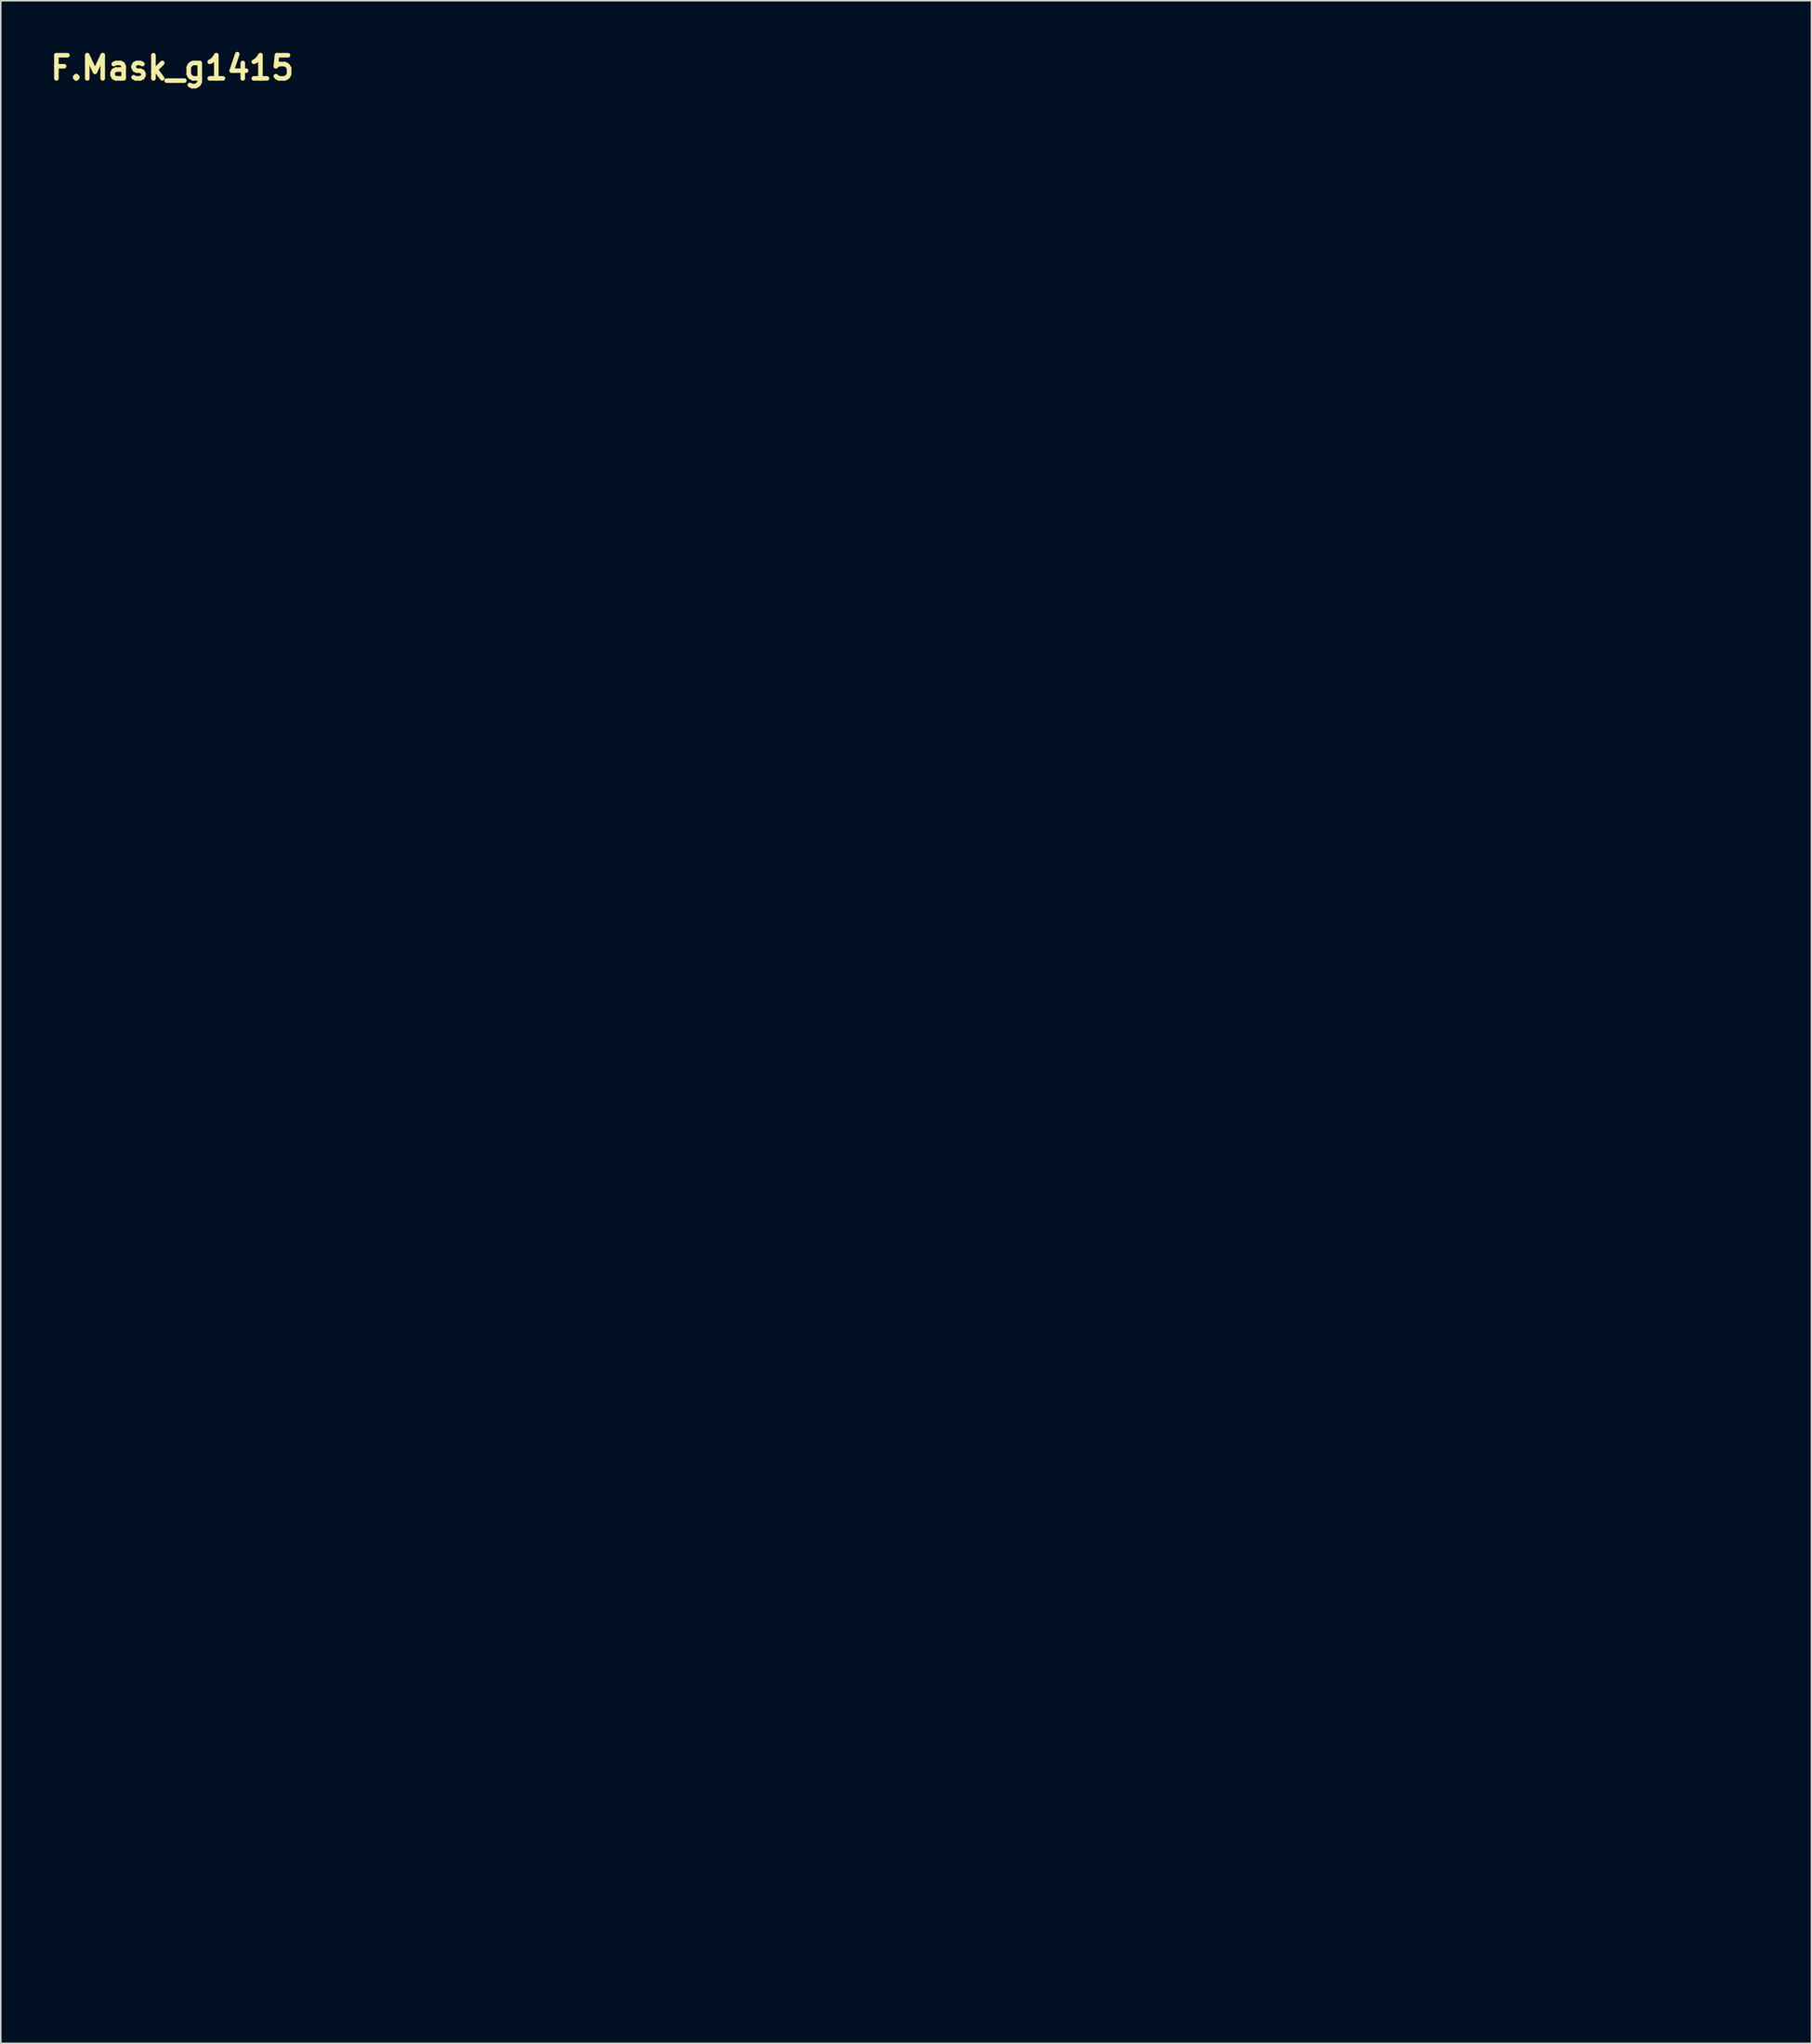
<source format=kicad_pcb>
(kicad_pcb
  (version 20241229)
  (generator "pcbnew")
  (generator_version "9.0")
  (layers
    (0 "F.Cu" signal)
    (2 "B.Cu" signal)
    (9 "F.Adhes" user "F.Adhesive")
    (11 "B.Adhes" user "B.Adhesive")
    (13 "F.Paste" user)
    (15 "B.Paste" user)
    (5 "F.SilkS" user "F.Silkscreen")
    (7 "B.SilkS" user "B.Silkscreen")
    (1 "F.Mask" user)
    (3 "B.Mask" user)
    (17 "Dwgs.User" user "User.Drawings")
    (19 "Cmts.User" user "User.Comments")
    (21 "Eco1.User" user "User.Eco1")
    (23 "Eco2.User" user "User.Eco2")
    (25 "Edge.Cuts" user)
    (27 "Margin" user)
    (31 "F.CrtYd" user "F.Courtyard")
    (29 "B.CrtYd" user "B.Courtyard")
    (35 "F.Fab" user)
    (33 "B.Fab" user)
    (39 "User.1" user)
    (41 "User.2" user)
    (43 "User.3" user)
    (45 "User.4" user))
  (footprint "F.Mask_g1415"
    (layer "F.Cu")
    (at 8.28 1.418)
    (property "Reference" "F.Mask_g1415" (at 0 0 0) (layer "F.SilkS") (effects (font (size 1.524 1.524) (thickness 0.3))))
    (attr through_hole)
    (fp_poly (pts (xy 91.6 64.788) (xy 91.956 64.9) (xy 92.302 65.073) (xy 92.43 65.154) (xy 92.691 65.36) (xy 92.952 65.622) (xy 93.208 65.932) (xy 93.452 66.282) (xy 93.681 66.665) (xy 93.889 67.073) (xy 94.071 67.499) (xy 94.14 67.684) (xy 94.177 67.793) (xy 94.204 67.891) (xy 94.22 67.986) (xy 94.226 68.087) (xy 94.221 68.203) (xy 94.204 68.345) (xy 94.175 68.52) (xy 94.133 68.739) (xy 94.079 69.011) (xy 94.077 69.019) (xy 93.916 69.735) (xy 93.715 70.493) (xy 93.477 71.286) (xy 93.205 72.107) (xy 92.901 72.95) (xy 92.566 73.808) (xy 92.204 74.674) (xy 92.092 74.93) (xy 92.022 75.085) (xy 91.935 75.274) (xy 91.835 75.488) (xy 91.726 75.719) (xy 91.611 75.961) (xy 91.493 76.205) (xy 91.377 76.444) (xy 91.266 76.671) (xy 91.164 76.877) (xy 91.075 77.056) (xy 91.002 77.198) (xy 90.949 77.298) (xy 90.921 77.345) (xy 90.896 77.377) (xy 90.873 77.383) (xy 90.842 77.357) (xy 90.794 77.29) (xy 90.733 77.196) (xy 90.387 76.624) (xy 90.044 75.995) (xy 89.706 75.315) (xy 89.376 74.592) (xy 89.057 73.832) (xy 88.751 73.041) (xy 88.461 72.226) (xy 88.19 71.394) (xy 87.94 70.55) (xy 87.714 69.703) (xy 87.661 69.487) (xy 87.602 69.243) (xy 87.56 69.049) (xy 87.533 68.89) (xy 87.523 68.756) (xy 87.529 68.633) (xy 87.551 68.509) (xy 87.589 68.372) (xy 87.643 68.208) (xy 87.663 68.151) (xy 87.812 67.76) (xy 87.99 67.36) (xy 88.189 66.967) (xy 88.401 66.594) (xy 88.618 66.257) (xy 88.816 65.991) (xy 89.127 65.643) (xy 89.455 65.351) (xy 89.797 65.114) (xy 90.15 64.933) (xy 90.51 64.81) (xy 90.874 64.744) (xy 91.238 64.736) (xy 91.6 64.788)) (stroke (width 0.01) (type solid)) (fill yes) (layer "F.Mask"))
    (fp_poly (pts (xy 100.495 65.07) (xy 100.878 65.132) (xy 101.246 65.247) (xy 101.59 65.416) (xy 101.655 65.456) (xy 101.979 65.699) (xy 102.259 65.983) (xy 102.492 66.3) (xy 102.675 66.646) (xy 102.805 67.013) (xy 102.879 67.397) (xy 102.894 67.789) (xy 102.879 67.983) (xy 102.808 68.375) (xy 102.688 68.731) (xy 102.516 69.06) (xy 102.287 69.371) (xy 102.108 69.564) (xy 101.807 69.831) (xy 101.493 70.038) (xy 101.159 70.19) (xy 100.796 70.292) (xy 100.606 70.324) (xy 100.354 70.35) (xy 100.128 70.351) (xy 99.896 70.327) (xy 99.786 70.309) (xy 99.386 70.205) (xy 99.016 70.047) (xy 98.679 69.837) (xy 98.379 69.577) (xy 98.12 69.27) (xy 97.906 68.92) (xy 97.887 68.882) (xy 97.778 68.647) (xy 97.702 68.44) (xy 97.652 68.237) (xy 97.621 68.015) (xy 97.609 67.859) (xy 97.612 67.691) (xy 99.045 67.691) (xy 99.047 67.84) (xy 99.055 67.949) (xy 99.076 68.039) (xy 99.112 68.133) (xy 99.144 68.204) (xy 99.29 68.444) (xy 99.476 68.637) (xy 99.694 68.782) (xy 99.936 68.875) (xy 100.196 68.914) (xy 100.466 68.894) (xy 100.697 68.831) (xy 100.873 68.739) (xy 101.047 68.602) (xy 101.204 68.437) (xy 101.327 68.258) (xy 101.378 68.151) (xy 101.44 67.922) (xy 101.459 67.679) (xy 101.435 67.442) (xy 101.368 67.233) (xy 101.22 66.98) (xy 101.034 66.776) (xy 100.816 66.625) (xy 100.568 66.529) (xy 100.294 66.49) (xy 100.152 66.492) (xy 99.897 66.539) (xy 99.658 66.643) (xy 99.443 66.797) (xy 99.262 66.995) (xy 99.139 67.199) (xy 99.094 67.299) (xy 99.066 67.388) (xy 99.051 67.486) (xy 99.046 67.616) (xy 99.045 67.691) (xy 97.612 67.691) (xy 97.615 67.443) (xy 97.681 67.045) (xy 97.804 66.669) (xy 97.982 66.318) (xy 98.213 65.999) (xy 98.493 65.714) (xy 98.82 65.468) (xy 98.999 65.363) (xy 99.349 65.208) (xy 99.721 65.107) (xy 100.106 65.061) (xy 100.495 65.07)) (stroke (width 0.01) (type solid)) (fill yes) (layer "F.Mask"))
    (fp_poly (pts (xy 82.427 65.115) (xy 82.818 65.203) (xy 83.184 65.35) (xy 83.524 65.555) (xy 83.837 65.816) (xy 83.88 65.859) (xy 84.036 66.026) (xy 84.16 66.183) (xy 84.267 66.351) (xy 84.374 66.554) (xy 84.395 66.596) (xy 84.484 66.793) (xy 84.549 66.97) (xy 84.591 67.144) (xy 84.617 67.333) (xy 84.628 67.556) (xy 84.63 67.723) (xy 84.625 67.976) (xy 84.609 68.184) (xy 84.578 68.366) (xy 84.528 68.539) (xy 84.455 68.721) (xy 84.395 68.85) (xy 84.286 69.061) (xy 84.18 69.234) (xy 84.06 69.391) (xy 83.911 69.555) (xy 83.88 69.586) (xy 83.586 69.845) (xy 83.265 70.051) (xy 82.907 70.209) (xy 82.619 70.297) (xy 82.441 70.329) (xy 82.222 70.349) (xy 81.984 70.356) (xy 81.748 70.349) (xy 81.536 70.329) (xy 81.422 70.31) (xy 81.043 70.194) (xy 80.687 70.023) (xy 80.361 69.799) (xy 80.07 69.529) (xy 79.821 69.215) (xy 79.626 68.882) (xy 79.509 68.613) (xy 79.43 68.355) (xy 79.384 68.087) (xy 79.367 67.785) (xy 79.367 67.723) (xy 79.371 67.613) (xy 80.791 67.613) (xy 80.795 67.858) (xy 80.801 67.9) (xy 80.882 68.181) (xy 81.013 68.424) (xy 81.193 68.626) (xy 81.42 68.787) (xy 81.56 68.855) (xy 81.657 68.892) (xy 81.746 68.914) (xy 81.848 68.923) (xy 81.985 68.922) (xy 82.042 68.92) (xy 82.204 68.911) (xy 82.325 68.894) (xy 82.426 68.865) (xy 82.519 68.825) (xy 82.728 68.693) (xy 82.915 68.513) (xy 83.065 68.301) (xy 83.102 68.231) (xy 83.15 68.125) (xy 83.179 68.036) (xy 83.194 67.941) (xy 83.2 67.818) (xy 83.201 67.723) (xy 83.199 67.572) (xy 83.189 67.463) (xy 83.169 67.372) (xy 83.132 67.278) (xy 83.103 67.215) (xy 82.966 66.992) (xy 82.784 66.798) (xy 82.573 66.647) (xy 82.521 66.619) (xy 82.432 66.579) (xy 82.353 66.554) (xy 82.262 66.54) (xy 82.143 66.533) (xy 82.01 66.532) (xy 81.852 66.534) (xy 81.737 66.542) (xy 81.648 66.558) (xy 81.564 66.587) (xy 81.495 66.617) (xy 81.277 66.752) (xy 81.092 66.929) (xy 80.945 67.138) (xy 80.843 67.37) (xy 80.791 67.613) (xy 79.371 67.613) (xy 79.379 67.412) (xy 79.419 67.139) (xy 79.491 66.881) (xy 79.601 66.616) (xy 79.626 66.564) (xy 79.835 66.205) (xy 80.086 65.893) (xy 80.38 65.628) (xy 80.719 65.408) (xy 80.968 65.286) (xy 81.26 65.18) (xy 81.56 65.115) (xy 81.888 65.087) (xy 82.012 65.085) (xy 82.427 65.115)) (stroke (width 0.01) (type solid)) (fill yes) (layer "F.Mask"))
    (fp_poly (pts (xy 97.412 110.428) (xy 97.591 110.449) (xy 97.631 110.458) (xy 97.884 110.556) (xy 98.111 110.702) (xy 98.305 110.887) (xy 98.457 111.102) (xy 98.561 111.34) (xy 98.607 111.576) (xy 98.623 111.777) (xy 96.903 115.217) (xy 96.685 115.654) (xy 96.474 116.075) (xy 96.274 116.477) (xy 96.085 116.855) (xy 95.91 117.208) (xy 95.75 117.53) (xy 95.606 117.82) (xy 95.481 118.072) (xy 95.376 118.285) (xy 95.293 118.453) (xy 95.234 118.575) (xy 95.2 118.646) (xy 95.193 118.664) (xy 95.224 118.674) (xy 95.312 118.702) (xy 95.454 118.746) (xy 95.647 118.805) (xy 95.887 118.879) (xy 96.171 118.966) (xy 96.496 119.065) (xy 96.858 119.176) (xy 97.253 119.297) (xy 97.679 119.428) (xy 98.132 119.566) (xy 98.609 119.712) (xy 99.105 119.864) (xy 99.619 120.021) (xy 99.647 120.029) (xy 100.192 120.196) (xy 100.716 120.357) (xy 101.216 120.511) (xy 101.689 120.657) (xy 102.132 120.794) (xy 102.541 120.922) (xy 102.914 121.039) (xy 103.247 121.144) (xy 103.537 121.236) (xy 103.781 121.314) (xy 103.977 121.378) (xy 104.119 121.426) (xy 104.207 121.457) (xy 104.233 121.468) (xy 104.43 121.614) (xy 104.606 121.807) (xy 104.747 122.034) (xy 104.75 122.04) (xy 104.795 122.136) (xy 104.825 122.214) (xy 104.843 122.293) (xy 104.851 122.391) (xy 104.854 122.526) (xy 104.854 122.618) (xy 104.853 122.779) (xy 104.848 122.894) (xy 104.836 122.981) (xy 104.813 123.058) (xy 104.776 123.143) (xy 104.749 123.2) (xy 104.592 123.447) (xy 104.388 123.655) (xy 104.145 123.817) (xy 104.118 123.83) (xy 104.023 123.876) (xy 103.945 123.906) (xy 103.867 123.924) (xy 103.772 123.933) (xy 103.642 123.936) (xy 103.526 123.936) (xy 103.149 123.936) (xy 100.001 122.355) (xy 99.585 122.146) (xy 99.185 121.945) (xy 98.805 121.755) (xy 98.449 121.577) (xy 98.121 121.413) (xy 97.823 121.265) (xy 97.56 121.134) (xy 97.335 121.022) (xy 97.151 120.931) (xy 97.013 120.864) (xy 96.923 120.82) (xy 96.886 120.803) (xy 96.885 120.803) (xy 96.912 120.829) (xy 96.983 120.895) (xy 97.093 120.998) (xy 97.24 121.136) (xy 97.42 121.305) (xy 97.63 121.502) (xy 97.867 121.724) (xy 98.128 121.969) (xy 98.409 122.233) (xy 98.707 122.513) (xy 99.02 122.806) (xy 99.124 122.903) (xy 99.518 123.274) (xy 99.868 123.604) (xy 100.176 123.895) (xy 100.444 124.149) (xy 100.673 124.368) (xy 100.867 124.555) (xy 101.026 124.711) (xy 101.154 124.839) (xy 101.253 124.94) (xy 101.323 125.017) (xy 101.369 125.071) (xy 101.392 125.106) (xy 101.435 125.244) (xy 101.462 125.422) (xy 101.471 125.616) (xy 101.461 125.805) (xy 101.432 125.966) (xy 101.425 125.989) (xy 101.306 126.257) (xy 101.14 126.488) (xy 100.935 126.675) (xy 100.696 126.815) (xy 100.431 126.903) (xy 100.144 126.933) (xy 100.124 126.933) (xy 99.989 126.925) (xy 99.855 126.906) (xy 99.79 126.891) (xy 99.518 126.783) (xy 99.279 126.623) (xy 99.078 126.411) (xy 99.005 126.307) (xy 98.973 126.261) (xy 98.907 126.17) (xy 98.811 126.037) (xy 98.686 125.866) (xy 98.538 125.663) (xy 98.368 125.431) (xy 98.18 125.175) (xy 97.977 124.899) (xy 97.763 124.608) (xy 97.54 124.305) (xy 97.312 123.996) (xy 97.083 123.684) (xy 96.854 123.373) (xy 96.629 123.07) (xy 96.413 122.776) (xy 96.207 122.498) (xy 96.015 122.238) (xy 95.84 122.003) (xy 95.686 121.795) (xy 95.555 121.62) (xy 95.451 121.481) (xy 95.377 121.383) (xy 95.337 121.33) (xy 95.331 121.323) (xy 95.305 121.306) (xy 95.3 121.339) (xy 95.303 121.371) (xy 95.309 121.417) (xy 95.319 121.521) (xy 95.336 121.677) (xy 95.357 121.88) (xy 95.382 122.125) (xy 95.411 122.406) (xy 95.443 122.718) (xy 95.478 123.055) (xy 95.514 123.412) (xy 95.536 123.627) (xy 95.758 125.795) (xy 95.683 125.913) (xy 95.568 126.06) (xy 95.415 126.208) (xy 95.246 126.337) (xy 95.098 126.422) (xy 95.012 126.46) (xy 94.933 126.484) (xy 94.844 126.499) (xy 94.728 126.505) (xy 94.568 126.507) (xy 94.552 126.507) (xy 94.39 126.507) (xy 94.274 126.501) (xy 94.185 126.489) (xy 94.106 126.465) (xy 94.019 126.428) (xy 93.972 126.406) (xy 93.739 126.263) (xy 93.543 126.078) (xy 93.387 125.859) (xy 93.276 125.616) (xy 93.213 125.359) (xy 93.202 125.096) (xy 93.246 124.836) (xy 93.29 124.711) (xy 93.298 124.686) (xy 93.304 124.648) (xy 93.309 124.595) (xy 93.313 124.521) (xy 93.315 124.423) (xy 93.316 124.297) (xy 93.315 124.139) (xy 93.313 123.945) (xy 93.308 123.712) (xy 93.303 123.434) (xy 93.295 123.109) (xy 93.286 122.732) (xy 93.275 122.299) (xy 93.262 121.824) (xy 93.252 121.397) (xy 93.242 120.941) (xy 93.233 120.461) (xy 93.224 119.961) (xy 93.217 119.444) (xy 93.21 118.915) (xy 93.203 118.377) (xy 93.198 117.834) (xy 93.193 117.289) (xy 93.189 116.748) (xy 93.186 116.213) (xy 93.184 115.689) (xy 93.182 115.179) (xy 93.181 114.688) (xy 93.182 114.218) (xy 93.183 113.774) (xy 93.184 113.361) (xy 93.187 112.981) (xy 93.191 112.638) (xy 93.195 112.337) (xy 93.201 112.081) (xy 93.207 111.875) (xy 93.214 111.721) (xy 93.223 111.624) (xy 93.229 111.592) (xy 93.316 111.461) (xy 93.463 111.333) (xy 93.669 111.21) (xy 93.733 111.178) (xy 93.968 111.078) (xy 94.243 110.98) (xy 94.551 110.885) (xy 94.882 110.795) (xy 95.229 110.711) (xy 95.584 110.635) (xy 95.938 110.568) (xy 96.283 110.513) (xy 96.612 110.469) (xy 96.915 110.439) (xy 97.184 110.425) (xy 97.412 110.428)) (stroke (width 0.01) (type solid)) (fill yes) (layer "F.Mask"))
    (fp_poly (pts (xy 82.702 110.452) (xy 82.984 110.482) (xy 83.295 110.524) (xy 83.75 110.597) (xy 84.189 110.681) (xy 84.606 110.775) (xy 84.994 110.875) (xy 85.347 110.981) (xy 85.658 111.09) (xy 85.92 111.202) (xy 86.127 111.313) (xy 86.169 111.34) (xy 86.212 111.367) (xy 86.25 111.388) (xy 86.283 111.409) (xy 86.313 111.431) (xy 86.34 111.459) (xy 86.362 111.496) (xy 86.382 111.545) (xy 86.399 111.609) (xy 86.413 111.692) (xy 86.424 111.798) (xy 86.433 111.93) (xy 86.441 112.091) (xy 86.446 112.284) (xy 86.45 112.513) (xy 86.453 112.782) (xy 86.454 113.093) (xy 86.455 113.451) (xy 86.455 113.858) (xy 86.454 114.318) (xy 86.454 114.834) (xy 86.453 115.41) (xy 86.453 115.475) (xy 86.453 116.146) (xy 86.451 116.76) (xy 86.45 117.326) (xy 86.447 117.85) (xy 86.444 118.339) (xy 86.44 118.801) (xy 86.435 119.244) (xy 86.429 119.674) (xy 86.422 120.098) (xy 86.414 120.524) (xy 86.405 120.96) (xy 86.394 121.412) (xy 86.382 121.887) (xy 86.38 121.936) (xy 86.368 122.411) (xy 86.357 122.826) (xy 86.348 123.186) (xy 86.341 123.496) (xy 86.335 123.759) (xy 86.331 123.979) (xy 86.329 124.161) (xy 86.328 124.31) (xy 86.329 124.428) (xy 86.331 124.521) (xy 86.335 124.592) (xy 86.34 124.647) (xy 86.347 124.688) (xy 86.355 124.72) (xy 86.363 124.746) (xy 86.432 125.013) (xy 86.442 125.282) (xy 86.397 125.545) (xy 86.304 125.794) (xy 86.164 126.021) (xy 85.984 126.218) (xy 85.767 126.377) (xy 85.518 126.49) (xy 85.404 126.522) (xy 85.133 126.553) (xy 84.859 126.528) (xy 84.593 126.451) (xy 84.349 126.325) (xy 84.14 126.155) (xy 84.099 126.111) (xy 84.058 126.066) (xy 84.022 126.028) (xy 83.992 125.991) (xy 83.967 125.952) (xy 83.948 125.906) (xy 83.934 125.847) (xy 83.927 125.772) (xy 83.924 125.675) (xy 83.928 125.553) (xy 83.937 125.4) (xy 83.953 125.212) (xy 83.974 124.984) (xy 84.001 124.712) (xy 84.034 124.39) (xy 84.072 124.015) (xy 84.117 123.582) (xy 84.12 123.553) (xy 84.159 123.182) (xy 84.195 122.83) (xy 84.228 122.502) (xy 84.259 122.203) (xy 84.286 121.938) (xy 84.308 121.712) (xy 84.326 121.53) (xy 84.339 121.397) (xy 84.347 121.318) (xy 84.348 121.297) (xy 84.329 121.321) (xy 84.275 121.392) (xy 84.19 121.506) (xy 84.076 121.658) (xy 83.937 121.845) (xy 83.776 122.062) (xy 83.596 122.304) (xy 83.401 122.569) (xy 83.192 122.851) (xy 82.974 123.146) (xy 82.75 123.451) (xy 82.521 123.76) (xy 82.293 124.071) (xy 82.067 124.377) (xy 81.847 124.676) (xy 81.636 124.963) (xy 81.437 125.234) (xy 81.253 125.485) (xy 81.087 125.711) (xy 80.943 125.909) (xy 80.823 126.074) (xy 80.731 126.201) (xy 80.669 126.287) (xy 80.643 126.325) (xy 80.456 126.556) (xy 80.229 126.738) (xy 79.969 126.867) (xy 79.703 126.938) (xy 79.588 126.955) (xy 79.505 126.962) (xy 79.427 126.959) (xy 79.325 126.944) (xy 79.271 126.935) (xy 79.011 126.86) (xy 78.769 126.73) (xy 78.554 126.552) (xy 78.376 126.335) (xy 78.292 126.187) (xy 78.207 125.95) (xy 78.169 125.687) (xy 78.179 125.417) (xy 78.214 125.239) (xy 78.269 125.039) (xy 80.473 122.968) (xy 80.789 122.671) (xy 81.092 122.386) (xy 81.378 122.117) (xy 81.644 121.866) (xy 81.888 121.635) (xy 82.106 121.43) (xy 82.295 121.251) (xy 82.451 121.103) (xy 82.571 120.988) (xy 82.653 120.91) (xy 82.693 120.87) (xy 82.696 120.867) (xy 82.671 120.877) (xy 82.593 120.913) (xy 82.465 120.975) (xy 82.291 121.06) (xy 82.075 121.165) (xy 81.82 121.291) (xy 81.53 121.434) (xy 81.209 121.593) (xy 80.861 121.766) (xy 80.488 121.952) (xy 80.095 122.148) (xy 79.685 122.353) (xy 79.656 122.368) (xy 79.24 122.575) (xy 78.839 122.775) (xy 78.455 122.965) (xy 78.093 123.144) (xy 77.756 123.31) (xy 77.448 123.461) (xy 77.174 123.595) (xy 76.937 123.709) (xy 76.741 123.803) (xy 76.589 123.874) (xy 76.487 123.921) (xy 76.438 123.94) (xy 76.163 123.983) (xy 75.89 123.966) (xy 75.629 123.894) (xy 75.387 123.77) (xy 75.173 123.597) (xy 74.993 123.381) (xy 74.888 123.196) (xy 74.843 123.097) (xy 74.814 123.014) (xy 74.797 122.93) (xy 74.789 122.824) (xy 74.787 122.677) (xy 74.787 122.633) (xy 74.788 122.477) (xy 74.793 122.365) (xy 74.807 122.278) (xy 74.833 122.198) (xy 74.875 122.104) (xy 74.907 122.04) (xy 75.048 121.811) (xy 75.224 121.619) (xy 75.422 121.476) (xy 75.441 121.466) (xy 75.483 121.45) (xy 75.583 121.417) (xy 75.737 121.368) (xy 75.941 121.303) (xy 76.191 121.224) (xy 76.486 121.132) (xy 76.819 121.028) (xy 77.19 120.913) (xy 77.593 120.788) (xy 78.025 120.655) (xy 78.484 120.514) (xy 78.965 120.366) (xy 79.464 120.213) (xy 79.962 120.061) (xy 80.476 119.904) (xy 80.973 119.752) (xy 81.45 119.606) (xy 81.903 119.467) (xy 82.331 119.336) (xy 82.728 119.215) (xy 83.091 119.104) (xy 83.418 119.004) (xy 83.705 118.916) (xy 83.947 118.842) (xy 84.143 118.782) (xy 84.288 118.737) (xy 84.38 118.709) (xy 84.414 118.698) (xy 84.405 118.668) (xy 84.369 118.583) (xy 84.306 118.444) (xy 84.217 118.253) (xy 84.102 118.012) (xy 83.962 117.722) (xy 83.798 117.385) (xy 83.61 117.002) (xy 83.4 116.575) (xy 83.168 116.106) (xy 82.915 115.595) (xy 82.735 115.232) (xy 81.018 111.779) (xy 81.035 111.595) (xy 81.086 111.358) (xy 81.191 111.125) (xy 81.34 110.909) (xy 81.525 110.725) (xy 81.665 110.626) (xy 81.803 110.552) (xy 81.944 110.497) (xy 82.096 110.459) (xy 82.267 110.44) (xy 82.466 110.438) (xy 82.702 110.452)) (stroke (width 0.01) (type solid)) (fill yes) (layer "F.Mask")))
  (gr_rect
    (start -3 -3)
    (end 116.14 131.385)
    (stroke (width 0.1) (type default))
    (fill no)
    (layer "Edge.Cuts")))
</source>
